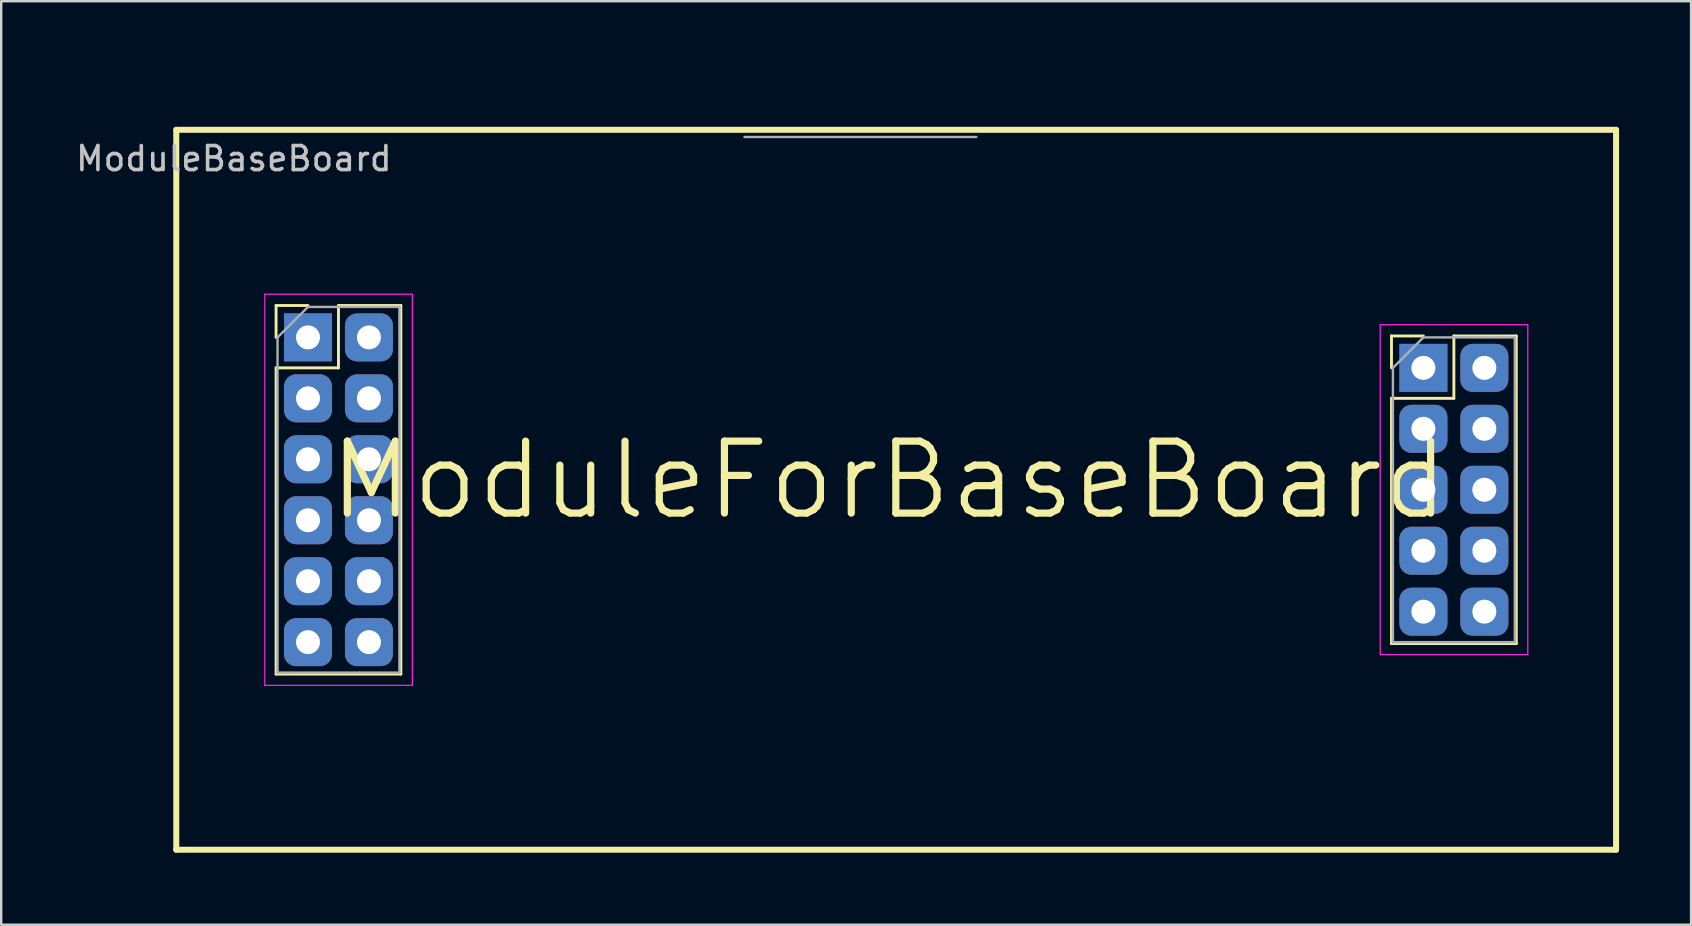
<source format=kicad_pcb>
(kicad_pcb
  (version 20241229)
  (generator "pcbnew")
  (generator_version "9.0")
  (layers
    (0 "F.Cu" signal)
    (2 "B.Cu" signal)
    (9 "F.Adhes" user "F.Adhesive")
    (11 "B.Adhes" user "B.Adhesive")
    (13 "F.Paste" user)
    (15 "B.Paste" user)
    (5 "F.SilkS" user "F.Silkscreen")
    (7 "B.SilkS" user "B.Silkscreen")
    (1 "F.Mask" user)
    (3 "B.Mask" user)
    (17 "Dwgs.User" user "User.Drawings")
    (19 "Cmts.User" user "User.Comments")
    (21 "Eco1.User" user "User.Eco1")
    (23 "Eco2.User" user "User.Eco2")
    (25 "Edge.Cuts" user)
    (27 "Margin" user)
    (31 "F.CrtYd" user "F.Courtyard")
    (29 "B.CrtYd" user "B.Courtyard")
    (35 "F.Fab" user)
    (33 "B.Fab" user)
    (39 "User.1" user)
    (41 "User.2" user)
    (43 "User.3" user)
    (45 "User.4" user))
  (footprint "ModuleBaseBoard"
    (layer "F.Cu")
    (at 34.296 17.36)
    (property "Reference" "ModuleBaseBoard" (at -27.6 -13.8 0) (layer "Dwgs.User") (effects (font (size 1 1) (thickness 0.15))))
    (property "Value" "ModuleForBaseBoard" (at -22.1 -13.9 0) (layer "F.Fab") (hide yes) (effects (font (size 1 1) (thickness 0.15))))
    (attr through_hole)
    (fp_line (start -30 -15) (end -30 15) (stroke (width 0.25) (type solid)) (layer "F.SilkS"))
    (fp_line (start -30 -15) (end 30 -15) (stroke (width 0.25) (type solid)) (layer "F.SilkS"))
    (fp_line (start -25.841 -7.68) (end -24.511 -7.68) (stroke (width 0.12) (type solid)) (layer "F.SilkS"))
    (fp_line (start -25.841 -6.35) (end -25.841 -7.68) (stroke (width 0.12) (type solid)) (layer "F.SilkS"))
    (fp_line (start -25.841 -5.08) (end -25.841 7.68) (stroke (width 0.12) (type solid)) (layer "F.SilkS"))
    (fp_line (start -25.841 -5.08) (end -23.241 -5.08) (stroke (width 0.12) (type solid)) (layer "F.SilkS"))
    (fp_line (start -25.841 7.68) (end -20.641 7.68) (stroke (width 0.12) (type solid)) (layer "F.SilkS"))
    (fp_line (start -23.241 -7.68) (end -20.641 -7.68) (stroke (width 0.12) (type solid)) (layer "F.SilkS"))
    (fp_line (start -23.241 -5.08) (end -23.241 -7.68) (stroke (width 0.12) (type solid)) (layer "F.SilkS"))
    (fp_line (start -20.641 -7.68) (end -20.641 7.68) (stroke (width 0.12) (type solid)) (layer "F.SilkS"))
    (fp_line (start 20.641 -6.41) (end 21.971 -6.41) (stroke (width 0.12) (type solid)) (layer "F.SilkS"))
    (fp_line (start 20.641 -5.08) (end 20.641 -6.41) (stroke (width 0.12) (type solid)) (layer "F.SilkS"))
    (fp_line (start 20.641 -3.81) (end 20.641 6.41) (stroke (width 0.12) (type solid)) (layer "F.SilkS"))
    (fp_line (start 20.641 -3.81) (end 23.241 -3.81) (stroke (width 0.12) (type solid)) (layer "F.SilkS"))
    (fp_line (start 20.641 6.41) (end 25.841 6.41) (stroke (width 0.12) (type solid)) (layer "F.SilkS"))
    (fp_line (start 23.241 -6.41) (end 25.841 -6.41) (stroke (width 0.12) (type solid)) (layer "F.SilkS"))
    (fp_line (start 23.241 -3.81) (end 23.241 -6.41) (stroke (width 0.12) (type solid)) (layer "F.SilkS"))
    (fp_line (start 25.841 -6.41) (end 25.841 6.41) (stroke (width 0.12) (type solid)) (layer "F.SilkS"))
    (fp_line (start 30 15) (end -30 15) (stroke (width 0.25) (type solid)) (layer "F.SilkS"))
    (fp_line (start 30 15) (end 30 -15) (stroke (width 0.25) (type solid)) (layer "F.SilkS"))
    (fp_line (start -6.36 -6.7) (end -6.32 -14.7) (stroke (width 0.1) (type solid)) (layer "Eco2.User"))
    (fp_line (start -4.918 -9.645) (end -2.826 -11.738) (stroke (width 0.1) (type solid)) (layer "Eco2.User"))
    (fp_line (start -4.735 -9.462) (end -2.643 -11.555) (stroke (width 0.1) (type solid)) (layer "Eco2.User"))
    (fp_line (start -4.7 -17.2) (end -4.7 -14.2) (stroke (width 0.12) (type solid)) (layer "Eco2.User"))
    (fp_line (start -4.7 -14.2) (end -4.3 -13.7) (stroke (width 0.12) (type solid)) (layer "Eco2.User"))
    (fp_line (start -4.3 -13.7) (end -4.3 -11.9) (stroke (width 0.12) (type solid)) (layer "Eco2.User"))
    (fp_line (start -4.3 -11.9) (end -3.2 -11.9) (stroke (width 0.12) (type solid)) (layer "Eco2.User"))
    (fp_line (start -3.2 -13.7) (end -2.7 -14.3) (stroke (width 0.12) (type solid)) (layer "Eco2.User"))
    (fp_line (start -3.2 -11.9) (end -3.2 -13.7) (stroke (width 0.12) (type solid)) (layer "Eco2.User"))
    (fp_line (start -2.7 -17.2) (end -4.7 -17.2) (stroke (width 0.12) (type solid)) (layer "Eco2.User"))
    (fp_line (start -2.7 -14.3) (end -2.7 -17.2) (stroke (width 0.12) (type solid)) (layer "Eco2.User"))
    (fp_line (start 0.162 -9.645) (end 2.255 -11.738) (stroke (width 0.1) (type solid)) (layer "Eco2.User"))
    (fp_line (start 0.345 -9.462) (end 2.438 -11.555) (stroke (width 0.1) (type solid)) (layer "Eco2.User"))
    (fp_line (start 0.4 -17.3) (end 0.4 -14.3) (stroke (width 0.12) (type solid)) (layer "Eco2.User"))
    (fp_line (start 0.4 -14.3) (end 0.8 -13.8) (stroke (width 0.12) (type solid)) (layer "Eco2.User"))
    (fp_line (start 0.8 -13.8) (end 0.8 -12) (stroke (width 0.12) (type solid)) (layer "Eco2.User"))
    (fp_line (start 0.8 -12) (end 1.9 -12) (stroke (width 0.12) (type solid)) (layer "Eco2.User"))
    (fp_line (start 1.9 -13.8) (end 2.4 -14.4) (stroke (width 0.12) (type solid)) (layer "Eco2.User"))
    (fp_line (start 1.9 -12) (end 1.9 -13.8) (stroke (width 0.12) (type solid)) (layer "Eco2.User"))
    (fp_line (start 2.4 -17.3) (end 0.4 -17.3) (stroke (width 0.12) (type solid)) (layer "Eco2.User"))
    (fp_line (start 2.4 -14.4) (end 2.4 -17.3) (stroke (width 0.12) (type solid)) (layer "Eco2.User"))
    (fp_line (start 3.34 -14.7) (end 3.84 -14.2) (stroke (width 0.1) (type solid)) (layer "Eco2.User"))
    (fp_line (start 3.8 -6.7) (end -6.36 -6.7) (stroke (width 0.1) (type solid)) (layer "Eco2.User"))
    (fp_line (start 3.84 -14.7) (end -6.32 -14.7) (stroke (width 0.1) (type solid)) (layer "Eco2.User"))
    (fp_line (start 3.84 -14.7) (end 3.8 -6.7) (stroke (width 0.1) (type solid)) (layer "Eco2.User"))
    (fp_line (start 3.84 -13.2) (end -6.32 -13.2) (stroke (width 0.1) (type solid)) (layer "Eco2.User"))
    (fp_line (start 3.84 -8.3) (end -6.32 -8.3) (stroke (width 0.1) (type solid)) (layer "Eco2.User"))
    (fp_circle (center -3.78 -10.6) (end -2.28 -10.6) (stroke (width 0.1) (type solid)) (fill no) (layer "Eco2.User"))
    (fp_circle (center 1.3 -10.6) (end 2.8 -10.6) (stroke (width 0.1) (type solid)) (fill no) (layer "Eco2.User"))
    (fp_line (start -26.311 -8.15) (end -26.311 8.15) (stroke (width 0.05) (type solid)) (layer "F.CrtYd"))
    (fp_line (start -26.311 8.15) (end -20.161 8.15) (stroke (width 0.05) (type solid)) (layer "F.CrtYd"))
    (fp_line (start -20.161 -8.15) (end -26.311 -8.15) (stroke (width 0.05) (type solid)) (layer "F.CrtYd"))
    (fp_line (start -20.161 8.15) (end -20.161 -8.15) (stroke (width 0.05) (type solid)) (layer "F.CrtYd"))
    (fp_line (start 20.171 -6.88) (end 20.171 6.87) (stroke (width 0.05) (type solid)) (layer "F.CrtYd"))
    (fp_line (start 20.171 6.87) (end 26.321 6.87) (stroke (width 0.05) (type solid)) (layer "F.CrtYd"))
    (fp_line (start 26.321 -6.88) (end 20.171 -6.88) (stroke (width 0.05) (type solid)) (layer "F.CrtYd"))
    (fp_line (start 26.321 6.87) (end 26.321 -6.88) (stroke (width 0.05) (type solid)) (layer "F.CrtYd"))
    (fp_line (start -25.781 -6.35) (end -24.511 -7.62) (stroke (width 0.1) (type solid)) (layer "F.Fab"))
    (fp_line (start -25.781 7.62) (end -25.781 -6.35) (stroke (width 0.1) (type solid)) (layer "F.Fab"))
    (fp_line (start -24.511 -7.62) (end -20.701 -7.62) (stroke (width 0.1) (type solid)) (layer "F.Fab"))
    (fp_line (start -20.701 -7.62) (end -20.701 7.62) (stroke (width 0.1) (type solid)) (layer "F.Fab"))
    (fp_line (start -20.701 7.62) (end -25.781 7.62) (stroke (width 0.1) (type solid)) (layer "F.Fab"))
    (fp_line (start -6.32 -14.7) (end 3.34 -14.7) (stroke (width 0.1) (type solid)) (layer "F.Fab"))
    (fp_line (start 20.701 -5.08) (end 21.971 -6.35) (stroke (width 0.1) (type solid)) (layer "F.Fab"))
    (fp_line (start 20.701 6.35) (end 20.701 -5.08) (stroke (width 0.1) (type solid)) (layer "F.Fab"))
    (fp_line (start 21.971 -6.35) (end 25.781 -6.35) (stroke (width 0.1) (type solid)) (layer "F.Fab"))
    (fp_line (start 25.781 -6.35) (end 25.781 6.35) (stroke (width 0.1) (type solid)) (layer "F.Fab"))
    (fp_line (start 25.781 6.35) (end 20.701 6.35) (stroke (width 0.1) (type solid)) (layer "F.Fab"))
    (fp_text user "${VALUE}" (at -0.3 -0.4 180) (layer "F.SilkS") (effects (font (size 3 3) (thickness 0.3))))
    (pad "1" thru_hole rect (at -24.511 -6.35) (size 2 2) (drill 1) (layers "*.Cu" "*.Mask"))
    (pad "2" thru_hole roundrect (at -21.971 -6.35) (size 2 2) (drill 1) (layers "*.Cu" "*.Mask") (roundrect_rratio 0.25))
    (pad "3" thru_hole roundrect (at -24.511 -3.81) (size 2 2) (drill 1) (layers "*.Cu" "*.Mask") (roundrect_rratio 0.25))
    (pad "4" thru_hole roundrect (at -21.971 -3.81) (size 2 2) (drill 1) (layers "*.Cu" "*.Mask") (roundrect_rratio 0.25))
    (pad "5" thru_hole roundrect (at -24.511 -1.27) (size 2 2) (drill 1) (layers "*.Cu" "*.Mask") (roundrect_rratio 0.25))
    (pad "6" thru_hole roundrect (at -21.971 -1.27) (size 2 2) (drill 1) (layers "*.Cu" "*.Mask") (roundrect_rratio 0.25))
    (pad "7" thru_hole roundrect (at -24.511 1.27) (size 2 2) (drill 1) (layers "*.Cu" "*.Mask") (roundrect_rratio 0.25))
    (pad "8" thru_hole roundrect (at -21.971 1.27) (size 2 2) (drill 1) (layers "*.Cu" "*.Mask") (roundrect_rratio 0.25))
    (pad "9" thru_hole roundrect (at -24.511 3.81) (size 2 2) (drill 1) (layers "*.Cu" "*.Mask") (roundrect_rratio 0.25))
    (pad "10" thru_hole roundrect (at -21.971 3.81) (size 2 2) (drill 1) (layers "*.Cu" "*.Mask") (roundrect_rratio 0.25))
    (pad "11" thru_hole roundrect (at -24.511 6.35) (size 2 2) (drill 1) (layers "*.Cu" "*.Mask") (roundrect_rratio 0.25))
    (pad "12" thru_hole roundrect (at -21.971 6.35) (size 2 2) (drill 1) (layers "*.Cu" "*.Mask") (roundrect_rratio 0.25))
    (pad "13" thru_hole rect (at 21.971 -5.08) (size 2 2) (drill 1) (layers "*.Cu" "*.Mask"))
    (pad "14" thru_hole roundrect (at 24.511 -5.08) (size 2 2) (drill 1) (layers "*.Cu" "*.Mask") (roundrect_rratio 0.25))
    (pad "15" thru_hole roundrect (at 21.971 -2.54) (size 2 2) (drill 1) (layers "*.Cu" "*.Mask") (roundrect_rratio 0.25))
    (pad "16" thru_hole roundrect (at 24.511 -2.54) (size 2 2) (drill 1) (layers "*.Cu" "*.Mask") (roundrect_rratio 0.25))
    (pad "17" thru_hole roundrect (at 21.971 0) (size 2 2) (drill 1) (layers "*.Cu" "*.Mask") (roundrect_rratio 0.25))
    (pad "18" thru_hole roundrect (at 24.51 0) (size 2 2) (drill 1) (layers "*.Cu" "*.Mask") (roundrect_rratio 0.25))
    (pad "19" thru_hole roundrect (at 21.971 2.54) (size 2 2) (drill 1) (layers "*.Cu" "*.Mask") (roundrect_rratio 0.25))
    (pad "20" thru_hole roundrect (at 24.511 2.54) (size 2 2) (drill 1) (layers "*.Cu" "*.Mask") (roundrect_rratio 0.25))
    (pad "21" thru_hole roundrect (at 21.971 5.08) (size 2 2) (drill 1) (layers "*.Cu" "*.Mask") (roundrect_rratio 0.25))
    (pad "22" thru_hole roundrect (at 24.511 5.08) (size 2 2) (drill 1) (layers "*.Cu" "*.Mask") (roundrect_rratio 0.25)))
  (gr_rect
    (start -3 -3)
    (end 67.421 35.485)
    (stroke (width 0.1) (type default))
    (fill no)
    (layer "Edge.Cuts")))
</source>
